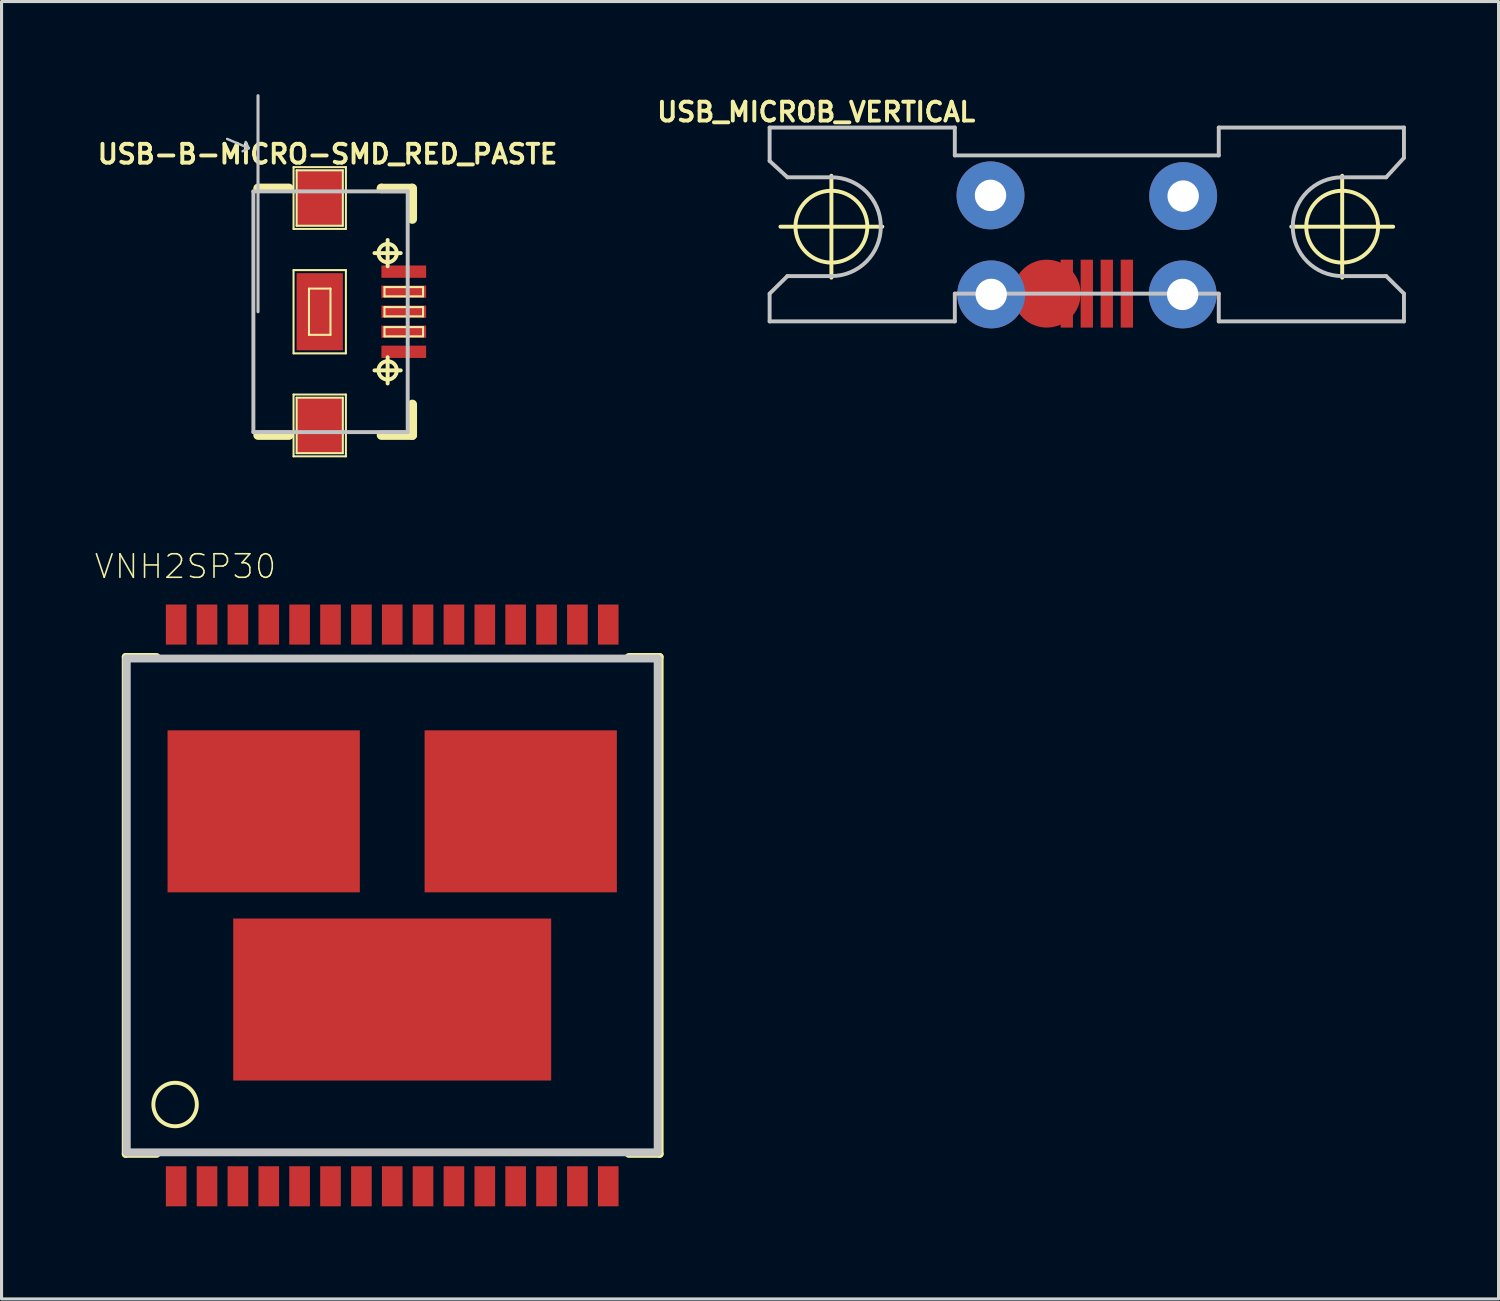
<source format=kicad_pcb>
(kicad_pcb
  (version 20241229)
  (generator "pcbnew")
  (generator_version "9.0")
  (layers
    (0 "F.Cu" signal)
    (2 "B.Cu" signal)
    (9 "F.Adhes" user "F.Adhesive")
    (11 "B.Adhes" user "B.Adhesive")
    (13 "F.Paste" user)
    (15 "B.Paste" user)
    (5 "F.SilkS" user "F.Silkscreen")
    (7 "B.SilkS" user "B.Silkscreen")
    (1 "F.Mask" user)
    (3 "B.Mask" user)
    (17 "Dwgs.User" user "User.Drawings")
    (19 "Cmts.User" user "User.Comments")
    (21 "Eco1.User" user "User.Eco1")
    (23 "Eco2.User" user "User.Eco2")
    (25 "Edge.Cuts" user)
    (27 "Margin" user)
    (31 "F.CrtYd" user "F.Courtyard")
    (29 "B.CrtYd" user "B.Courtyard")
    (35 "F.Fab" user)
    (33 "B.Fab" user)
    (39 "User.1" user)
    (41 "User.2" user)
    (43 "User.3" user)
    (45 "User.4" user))
  (footprint "USB-B-MICRO-SMD_RED_PASTE"
    (layer "F.Cu")
    (at 7.307 7.048)
    (property "Reference" "USB-B-MICRO-SMD_RED_PASTE" (at 0.254 -5.105 0) (layer "F.SilkS") (effects (font (size 0.61 0.61) (thickness 0.127))))
    (attr smd)
    (fp_line (start -0.998 -3.998) (end -1.999 -3.998) (stroke (width 0.305) (type solid)) (layer "F.SilkS"))
    (fp_line (start -0.998 3.998) (end -1.999 3.998) (stroke (width 0.305) (type solid)) (layer "F.SilkS"))
    (fp_line (start -0.848 -4.684) (end 0.848 -4.684) (stroke (width 0.066) (type solid)) (layer "F.SilkS"))
    (fp_line (start -0.848 -2.682) (end -0.848 -4.684) (stroke (width 0.066) (type solid)) (layer "F.SilkS"))
    (fp_line (start -0.848 -2.682) (end 0.848 -2.682) (stroke (width 0.066) (type solid)) (layer "F.SilkS"))
    (fp_line (start -0.848 -1.349) (end 0.848 -1.349) (stroke (width 0.066) (type solid)) (layer "F.SilkS"))
    (fp_line (start -0.848 1.349) (end -0.848 -1.349) (stroke (width 0.066) (type solid)) (layer "F.SilkS"))
    (fp_line (start -0.848 1.349) (end 0.848 1.349) (stroke (width 0.066) (type solid)) (layer "F.SilkS"))
    (fp_line (start -0.848 2.682) (end 0.848 2.682) (stroke (width 0.066) (type solid)) (layer "F.SilkS"))
    (fp_line (start -0.848 4.684) (end -0.848 2.682) (stroke (width 0.066) (type solid)) (layer "F.SilkS"))
    (fp_line (start -0.848 4.684) (end 0.848 4.684) (stroke (width 0.066) (type solid)) (layer "F.SilkS"))
    (fp_line (start -0.749 -4.582) (end 0.749 -4.582) (stroke (width 0.066) (type solid)) (layer "F.SilkS"))
    (fp_line (start -0.749 -2.784) (end -0.749 -4.582) (stroke (width 0.066) (type solid)) (layer "F.SilkS"))
    (fp_line (start -0.749 -2.784) (end 0.749 -2.784) (stroke (width 0.066) (type solid)) (layer "F.SilkS"))
    (fp_line (start -0.749 2.784) (end 0.749 2.784) (stroke (width 0.066) (type solid)) (layer "F.SilkS"))
    (fp_line (start -0.749 4.582) (end -0.749 2.784) (stroke (width 0.066) (type solid)) (layer "F.SilkS"))
    (fp_line (start -0.749 4.582) (end 0.749 4.582) (stroke (width 0.066) (type solid)) (layer "F.SilkS"))
    (fp_line (start -0.348 -0.749) (end 0.348 -0.749) (stroke (width 0.066) (type solid)) (layer "F.SilkS"))
    (fp_line (start -0.348 0.749) (end -0.348 -0.749) (stroke (width 0.066) (type solid)) (layer "F.SilkS"))
    (fp_line (start -0.348 0.749) (end 0.348 0.749) (stroke (width 0.066) (type solid)) (layer "F.SilkS"))
    (fp_line (start 0.348 0.749) (end 0.348 -0.749) (stroke (width 0.066) (type solid)) (layer "F.SilkS"))
    (fp_line (start 0.749 -2.784) (end 0.749 -4.582) (stroke (width 0.066) (type solid)) (layer "F.SilkS"))
    (fp_line (start 0.749 4.582) (end 0.749 2.784) (stroke (width 0.066) (type solid)) (layer "F.SilkS"))
    (fp_line (start 0.848 -2.682) (end 0.848 -4.684) (stroke (width 0.066) (type solid)) (layer "F.SilkS"))
    (fp_line (start 0.848 1.349) (end 0.848 -1.349) (stroke (width 0.066) (type solid)) (layer "F.SilkS"))
    (fp_line (start 0.848 4.684) (end 0.848 2.682) (stroke (width 0.066) (type solid)) (layer "F.SilkS"))
    (fp_line (start 1.773 -1.9) (end 2.624 -1.9) (stroke (width 0.127) (type solid)) (layer "F.SilkS"))
    (fp_line (start 1.773 1.9) (end 2.624 1.9) (stroke (width 0.127) (type solid)) (layer "F.SilkS"))
    (fp_line (start 1.999 -3.993) (end 1.999 -3.998) (stroke (width 0.305) (type solid)) (layer "F.SilkS"))
    (fp_line (start 1.999 3.998) (end 3 3.998) (stroke (width 0.305) (type solid)) (layer "F.SilkS"))
    (fp_line (start 2.098 -0.798) (end 3.348 -0.798) (stroke (width 0.066) (type solid)) (layer "F.SilkS"))
    (fp_line (start 2.098 -0.498) (end 2.098 -0.798) (stroke (width 0.066) (type solid)) (layer "F.SilkS"))
    (fp_line (start 2.098 -0.498) (end 3.348 -0.498) (stroke (width 0.066) (type solid)) (layer "F.SilkS"))
    (fp_line (start 2.098 -0.15) (end 3.348 -0.15) (stroke (width 0.066) (type solid)) (layer "F.SilkS"))
    (fp_line (start 2.098 0.15) (end 2.098 -0.15) (stroke (width 0.066) (type solid)) (layer "F.SilkS"))
    (fp_line (start 2.098 0.15) (end 3.348 0.15) (stroke (width 0.066) (type solid)) (layer "F.SilkS"))
    (fp_line (start 2.098 0.498) (end 3.348 0.498) (stroke (width 0.066) (type solid)) (layer "F.SilkS"))
    (fp_line (start 2.098 0.798) (end 2.098 0.498) (stroke (width 0.066) (type solid)) (layer "F.SilkS"))
    (fp_line (start 2.098 0.798) (end 3.348 0.798) (stroke (width 0.066) (type solid)) (layer "F.SilkS"))
    (fp_line (start 2.2 -1.473) (end 2.2 -2.324) (stroke (width 0.127) (type solid)) (layer "F.SilkS"))
    (fp_line (start 2.2 2.324) (end 2.2 1.473) (stroke (width 0.127) (type solid)) (layer "F.SilkS"))
    (fp_line (start 2.979 -3.993) (end 1.999 -3.993) (stroke (width 0.305) (type solid)) (layer "F.SilkS"))
    (fp_line (start 3 -3.998) (end 3 -3) (stroke (width 0.305) (type solid)) (layer "F.SilkS"))
    (fp_line (start 3 3.998) (end 3 3) (stroke (width 0.305) (type solid)) (layer "F.SilkS"))
    (fp_line (start 3.348 -0.498) (end 3.348 -0.798) (stroke (width 0.066) (type solid)) (layer "F.SilkS"))
    (fp_line (start 3.348 0.15) (end 3.348 -0.15) (stroke (width 0.066) (type solid)) (layer "F.SilkS"))
    (fp_line (start 3.348 0.798) (end 3.348 0.498) (stroke (width 0.066) (type solid)) (layer "F.SilkS"))
    (fp_circle (center 2.2 -1.9) (end 2.41 -2.111) (stroke (width 0.127) (type solid)) (fill no) (layer "F.SilkS"))
    (fp_circle (center 2.2 1.9) (end 2.41 2.111) (stroke (width 0.127) (type solid)) (fill no) (layer "F.SilkS"))
    (fp_line (start -3 -5.598) (end -2.299 -5.298) (stroke (width 0.079) (type solid)) (layer "Dwgs.User"))
    (fp_line (start -2.299 -5.298) (end -2.499 -5.199) (stroke (width 0.079) (type solid)) (layer "Dwgs.User"))
    (fp_line (start -2.299 -5.298) (end -2.398 -5.499) (stroke (width 0.079) (type solid)) (layer "Dwgs.User"))
    (fp_line (start -2.149 -3.899) (end -2.149 3.899) (stroke (width 0.127) (type solid)) (layer "Dwgs.User"))
    (fp_line (start -1.999 -6.998) (end -1.999 0) (stroke (width 0.1) (type solid)) (layer "Dwgs.User"))
    (fp_line (start 2.85 -3.899) (end -2.149 -3.899) (stroke (width 0.127) (type solid)) (layer "Dwgs.User"))
    (fp_line (start 2.85 -3.899) (end 2.85 3.899) (stroke (width 0.127) (type solid)) (layer "Dwgs.User"))
    (fp_line (start 2.85 3.899) (end -2.149 3.899) (stroke (width 0.127) (type solid)) (layer "Dwgs.User"))
    (pad "D+" smd rect (at 2.723 0 90) (size 0.399 1.448) (layers "F.Cu" "F.Mask" "F.Paste"))
    (pad "D-" smd rect (at 2.723 -0.648 90) (size 0.399 1.448) (layers "F.Cu" "F.Mask" "F.Paste"))
    (pad "GND" smd rect (at 2.723 1.298 90) (size 0.399 1.448) (layers "F.Cu" "F.Mask" "F.Paste"))
    (pad "ID" smd rect (at 2.723 0.648 90) (size 0.399 1.448) (layers "F.Cu" "F.Mask" "F.Paste"))
    (pad "SHIE" smd rect (at 0 -3.683 90) (size 1.798 1.499) (layers "F.Cu" "F.Mask" "F.Paste"))
    (pad "SHIE" smd rect (at 0 0 90) (size 2.499 1.499) (layers "F.Cu" "F.Mask" "F.Paste"))
    (pad "SHIE" smd rect (at 0 3.683 90) (size 1.798 1.499) (layers "F.Cu" "F.Mask" "F.Paste"))
    (pad "VBUS" smd rect (at 2.723 -1.298 90) (size 0.399 1.448) (layers "F.Cu" "F.Mask" "F.Paste")))
  (footprint "VNH2SP30"
    (layer "F.Cu")
    (at 9.655 26.28)
    (property "Reference" "VNH2SP30" (at -6.698 -10.98 0) (layer "F.SilkS") (effects (font (size 0.762 0.762) (thickness 0.051))))
    (attr smd)
    (fp_line (start -8.633 -8.049) (end -7.633 -8.049) (stroke (width 0.254) (type solid)) (layer "F.SilkS"))
    (fp_line (start -8.633 8.049) (end -8.633 -8.049) (stroke (width 0.254) (type solid)) (layer "F.SilkS"))
    (fp_line (start -7.633 8.049) (end -8.633 8.049) (stroke (width 0.254) (type solid)) (layer "F.SilkS"))
    (fp_line (start 7.663 -8.049) (end 8.664 -8.049) (stroke (width 0.254) (type solid)) (layer "F.SilkS"))
    (fp_line (start 8.664 -8.049) (end 8.664 8.049) (stroke (width 0.254) (type solid)) (layer "F.SilkS"))
    (fp_line (start 8.664 8.049) (end 7.663 8.049) (stroke (width 0.254) (type solid)) (layer "F.SilkS"))
    (fp_circle (center -7.033 6.449) (end -7.531 6.947) (stroke (width 0.127) (type solid)) (fill no) (layer "F.SilkS"))
    (fp_line (start -8.598 -7.998) (end 8.598 -7.998) (stroke (width 0.254) (type solid)) (layer "Dwgs.User"))
    (fp_line (start -8.598 7.998) (end -8.598 -7.998) (stroke (width 0.254) (type solid)) (layer "Dwgs.User"))
    (fp_line (start -8.598 7.998) (end 8.598 7.998) (stroke (width 0.254) (type solid)) (layer "Dwgs.User"))
    (fp_line (start 8.598 -7.998) (end 8.598 7.998) (stroke (width 0.254) (type solid)) (layer "Dwgs.User"))
    (pad "1" smd rect (at -6.998 9.098) (size 0.668 1.298) (layers "F.Cu" "F.Mask" "F.Paste"))
    (pad "2" smd rect (at -5.999 9.098) (size 0.668 1.298) (layers "F.Cu" "F.Mask" "F.Paste"))
    (pad "3" smd rect (at -4.999 9.098) (size 0.668 1.298) (layers "F.Cu" "F.Mask" "F.Paste"))
    (pad "4" smd rect (at -3.998 9.098) (size 0.668 1.298) (layers "F.Cu" "F.Mask" "F.Paste"))
    (pad "5" smd rect (at -3 9.098) (size 0.668 1.298) (layers "F.Cu" "F.Mask" "F.Paste"))
    (pad "6" smd rect (at -1.999 9.098) (size 0.668 1.298) (layers "F.Cu" "F.Mask" "F.Paste"))
    (pad "7" smd rect (at -0.998 9.098) (size 0.668 1.298) (layers "F.Cu" "F.Mask" "F.Paste"))
    (pad "8" smd rect (at 0 9.098) (size 0.668 1.298) (layers "F.Cu" "F.Mask" "F.Paste"))
    (pad "9" smd rect (at 0.998 9.098) (size 0.668 1.298) (layers "F.Cu" "F.Mask" "F.Paste"))
    (pad "10" smd rect (at 1.999 9.098) (size 0.668 1.298) (layers "F.Cu" "F.Mask" "F.Paste"))
    (pad "11" smd rect (at 3 9.098) (size 0.668 1.298) (layers "F.Cu" "F.Mask" "F.Paste"))
    (pad "12" smd rect (at 3.998 9.098) (size 0.668 1.298) (layers "F.Cu" "F.Mask" "F.Paste"))
    (pad "13" smd rect (at 4.999 9.098) (size 0.668 1.298) (layers "F.Cu" "F.Mask" "F.Paste"))
    (pad "14" smd rect (at 5.999 9.098) (size 0.668 1.298) (layers "F.Cu" "F.Mask" "F.Paste"))
    (pad "15" smd rect (at 6.998 9.098) (size 0.668 1.298) (layers "F.Cu" "F.Mask" "F.Paste"))
    (pad "16" smd rect (at 6.998 -9.098) (size 0.668 1.298) (layers "F.Cu" "F.Mask" "F.Paste"))
    (pad "17" smd rect (at 5.999 -9.098) (size 0.668 1.298) (layers "F.Cu" "F.Mask" "F.Paste"))
    (pad "18" smd rect (at 4.999 -9.098) (size 0.668 1.298) (layers "F.Cu" "F.Mask" "F.Paste"))
    (pad "19" smd rect (at 3.998 -9.098) (size 0.668 1.298) (layers "F.Cu" "F.Mask" "F.Paste"))
    (pad "20" smd rect (at 3 -9.098) (size 0.668 1.298) (layers "F.Cu" "F.Mask" "F.Paste"))
    (pad "21" smd rect (at 1.999 -9.098) (size 0.668 1.298) (layers "F.Cu" "F.Mask" "F.Paste"))
    (pad "22" smd rect (at 0.998 -9.098) (size 0.668 1.298) (layers "F.Cu" "F.Mask" "F.Paste"))
    (pad "23" smd rect (at 0 -9.098) (size 0.668 1.298) (layers "F.Cu" "F.Mask" "F.Paste"))
    (pad "24" smd rect (at -0.998 -9.098) (size 0.668 1.298) (layers "F.Cu" "F.Mask" "F.Paste"))
    (pad "25" smd rect (at -1.999 -9.098) (size 0.668 1.298) (layers "F.Cu" "F.Mask" "F.Paste"))
    (pad "26" smd rect (at -3 -9.098) (size 0.668 1.298) (layers "F.Cu" "F.Mask" "F.Paste"))
    (pad "27" smd rect (at -3.998 -9.098) (size 0.668 1.298) (layers "F.Cu" "F.Mask" "F.Paste"))
    (pad "28" smd rect (at -4.999 -9.098) (size 0.668 1.298) (layers "F.Cu" "F.Mask" "F.Paste"))
    (pad "29" smd rect (at -5.999 -9.098) (size 0.668 1.298) (layers "F.Cu" "F.Mask" "F.Paste"))
    (pad "30" smd rect (at -6.998 -9.098) (size 0.668 1.298) (layers "F.Cu" "F.Mask" "F.Paste"))
    (pad "SLUG" smd rect (at -4.163 -3.048) (size 6.228 5.248) (layers "F.Cu" "F.Mask" "F.Paste"))
    (pad "SLUG" smd rect (at 0 3.048) (size 10.3 5.248) (layers "F.Cu" "F.Mask" "F.Paste"))
    (pad "SLUG" smd rect (at 4.163 -3.048) (size 6.228 5.248) (layers "F.Cu" "F.Mask" "F.Paste")))
  (footprint "USB_MICROB_VERTICAL"
    (layer "F.Cu")
    (at 32.155 6.462)
    (property "Reference" "USB_MICROB_VERTICAL" (at -8.766 -5.883 0) (layer "F.SilkS") (effects (font (size 0.61 0.61) (thickness 0.127))))
    (attr smd)
    (fp_line (start -9.924 -2.169) (end -6.624 -2.169) (stroke (width 0.127) (type solid)) (layer "F.SilkS"))
    (fp_line (start -8.273 -0.518) (end -8.273 -3.818) (stroke (width 0.127) (type solid)) (layer "F.SilkS"))
    (fp_line (start 6.624 -2.169) (end 9.924 -2.169) (stroke (width 0.127) (type solid)) (layer "F.SilkS"))
    (fp_line (start 8.273 -0.518) (end 8.273 -3.818) (stroke (width 0.127) (type solid)) (layer "F.SilkS"))
    (fp_circle (center -8.273 -2.169) (end -9.096 -2.992) (stroke (width 0.127) (type solid)) (fill no) (layer "F.SilkS"))
    (fp_circle (center 8.273 -2.169) (end 9.096 -2.992) (stroke (width 0.127) (type solid)) (fill no) (layer "F.SilkS"))
    (fp_line (start -10.274 -5.38) (end -4.275 -5.38) (stroke (width 0.127) (type solid)) (layer "Dwgs.User"))
    (fp_line (start -10.274 -4.298) (end -10.274 -5.38) (stroke (width 0.127) (type solid)) (layer "Dwgs.User"))
    (fp_line (start -10.274 0) (end -10.274 0.899) (stroke (width 0.127) (type solid)) (layer "Dwgs.User"))
    (fp_line (start -10.274 0.899) (end -4.275 0.899) (stroke (width 0.127) (type solid)) (layer "Dwgs.User"))
    (fp_line (start -9.698 -3.769) (end -10.274 -4.298) (stroke (width 0.127) (type solid)) (layer "Dwgs.User"))
    (fp_line (start -9.698 -3.769) (end -8.273 -3.769) (stroke (width 0.127) (type solid)) (layer "Dwgs.User"))
    (fp_line (start -9.698 -0.569) (end -10.274 0) (stroke (width 0.127) (type solid)) (layer "Dwgs.User"))
    (fp_line (start -9.698 -0.569) (end -8.273 -0.569) (stroke (width 0.127) (type solid)) (layer "Dwgs.User"))
    (fp_line (start -4.275 -5.38) (end -4.275 -4.478) (stroke (width 0.127) (type solid)) (layer "Dwgs.User"))
    (fp_line (start -4.275 -4.478) (end 4.275 -4.478) (stroke (width 0.127) (type solid)) (layer "Dwgs.User"))
    (fp_line (start -4.275 0) (end 4.275 0) (stroke (width 0.127) (type solid)) (layer "Dwgs.User"))
    (fp_line (start -4.275 0.899) (end -4.275 0) (stroke (width 0.127) (type solid)) (layer "Dwgs.User"))
    (fp_line (start 4.275 -5.38) (end 4.275 -4.478) (stroke (width 0.127) (type solid)) (layer "Dwgs.User"))
    (fp_line (start 4.275 0.899) (end 4.275 0) (stroke (width 0.127) (type solid)) (layer "Dwgs.User"))
    (fp_line (start 9.698 -3.769) (end 8.273 -3.769) (stroke (width 0.127) (type solid)) (layer "Dwgs.User"))
    (fp_line (start 9.698 -3.769) (end 10.274 -4.399) (stroke (width 0.127) (type solid)) (layer "Dwgs.User"))
    (fp_line (start 9.698 -0.569) (end 8.273 -0.569) (stroke (width 0.127) (type solid)) (layer "Dwgs.User"))
    (fp_line (start 9.698 -0.569) (end 10.274 0) (stroke (width 0.127) (type solid)) (layer "Dwgs.User"))
    (fp_line (start 10.274 -5.38) (end 4.275 -5.38) (stroke (width 0.127) (type solid)) (layer "Dwgs.User"))
    (fp_line (start 10.274 -4.399) (end 10.274 -5.38) (stroke (width 0.127) (type solid)) (layer "Dwgs.User"))
    (fp_line (start 10.274 0) (end 10.274 0.899) (stroke (width 0.127) (type solid)) (layer "Dwgs.User"))
    (fp_line (start 10.274 0.899) (end 4.275 0.899) (stroke (width 0.127) (type solid)) (layer "Dwgs.User"))
    (fp_arc (start -8.27278 -3.76936) (mid -6.67258 -2.16916) (end -8.27278 -0.56896) (stroke (width 0.127) (type solid)) (layer "Dwgs.User"))
    (fp_arc (start 8.27278 -0.56896) (mid 6.67258 -2.16916) (end 8.27278 -3.76936) (stroke (width 0.127) (type solid)) (layer "Dwgs.User"))
    (pad "D+" smd rect (at 0 0 90) (size 2.2 0.399) (layers "F.Cu" "F.Mask" "F.Paste"))
    (pad "D-" smd rect (at -0.648 0 90) (size 2.2 0.399) (layers "F.Cu" "F.Mask" "F.Paste"))
    (pad "GND" smd rect (at 1.298 0 90) (size 2.2 0.399) (layers "F.Cu" "F.Mask" "F.Paste"))
    (pad "ID" smd rect (at 0.648 0 90) (size 2.2 0.399) (layers "F.Cu" "F.Mask" "F.Paste"))
    (pad "SHLD" thru_hole circle (at -3.119 -3.183 90) (size 2.2 2.2) (drill 1.016) (layers "*.Cu" "*.Paste" "*.Mask"))
    (pad "SHLD" thru_hole circle (at -3.096 0.025 90) (size 2.2 2.2) (drill 1.016) (layers "*.Cu" "*.Paste" "*.Mask"))
    (pad "SHLD" thru_hole circle (at 3.106 0.025 90) (size 2.2 2.2) (drill 1.016) (layers "*.Cu" "*.Paste" "*.Mask"))
    (pad "SHLD" thru_hole circle (at 3.122 -3.16 90) (size 2.2 2.2) (drill 1.016) (layers "*.Cu" "*.Paste" "*.Mask"))
    (pad "VBUS" smd circle (at -1.298 0 90) (size 2.2 2.2) (layers "F.Cu" "F.Mask" "F.Paste")))
  (gr_rect
    (start -3 -3)
    (end 45.493 39.027)
    (stroke (width 0.1) (type default))
    (fill no)
    (layer "Edge.Cuts")))
</source>
